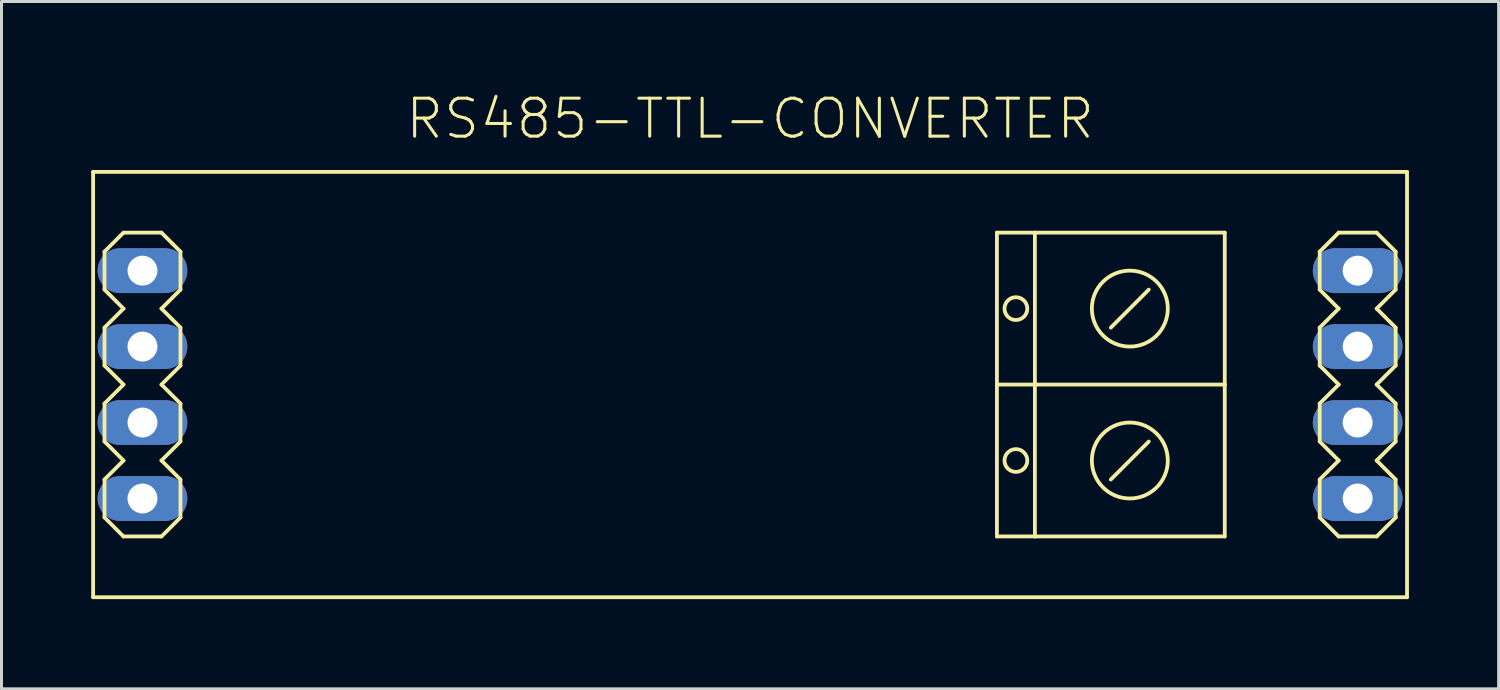
<source format=kicad_pcb>
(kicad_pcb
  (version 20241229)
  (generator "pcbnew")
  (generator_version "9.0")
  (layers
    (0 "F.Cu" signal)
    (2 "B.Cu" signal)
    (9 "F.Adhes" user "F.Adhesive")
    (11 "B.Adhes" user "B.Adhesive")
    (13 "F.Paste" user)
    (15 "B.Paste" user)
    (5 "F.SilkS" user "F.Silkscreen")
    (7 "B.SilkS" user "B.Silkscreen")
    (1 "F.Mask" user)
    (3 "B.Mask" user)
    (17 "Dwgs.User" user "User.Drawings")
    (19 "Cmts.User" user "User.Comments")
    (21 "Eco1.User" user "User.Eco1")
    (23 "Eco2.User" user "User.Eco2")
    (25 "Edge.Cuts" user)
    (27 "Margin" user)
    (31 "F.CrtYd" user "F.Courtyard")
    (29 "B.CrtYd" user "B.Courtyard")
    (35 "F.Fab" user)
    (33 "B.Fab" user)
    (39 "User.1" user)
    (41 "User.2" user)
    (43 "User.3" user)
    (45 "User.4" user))
  (footprint "RS485-TTL-CONVERTER"
    (layer "F.Cu")
    (at 22.035 9.811)
    (property "Reference" "RS485-TTL-CONVERTER" (at 0 -8.89 0) (layer "F.SilkS") (effects (font (size 1.27 1.27) (thickness 0.102))))
    (attr exclude_from_pos_files exclude_from_bom)
    (fp_line (start -21.971 -7.112) (end 21.971 -7.112) (stroke (width 0.127) (type solid)) (layer "F.SilkS"))
    (fp_line (start -21.971 7.112) (end -21.971 -7.112) (stroke (width 0.127) (type solid)) (layer "F.SilkS"))
    (fp_line (start -21.59 -4.445) (end -20.955 -5.08) (stroke (width 0.127) (type solid)) (layer "F.SilkS"))
    (fp_line (start -21.59 -3.175) (end -21.59 -4.445) (stroke (width 0.127) (type solid)) (layer "F.SilkS"))
    (fp_line (start -21.59 -1.905) (end -20.955 -2.54) (stroke (width 0.127) (type solid)) (layer "F.SilkS"))
    (fp_line (start -21.59 -0.635) (end -21.59 -1.905) (stroke (width 0.127) (type solid)) (layer "F.SilkS"))
    (fp_line (start -21.59 0.635) (end -20.955 0) (stroke (width 0.127) (type solid)) (layer "F.SilkS"))
    (fp_line (start -21.59 1.905) (end -21.59 0.635) (stroke (width 0.127) (type solid)) (layer "F.SilkS"))
    (fp_line (start -21.59 3.175) (end -20.955 2.54) (stroke (width 0.127) (type solid)) (layer "F.SilkS"))
    (fp_line (start -21.59 4.445) (end -21.59 3.175) (stroke (width 0.127) (type solid)) (layer "F.SilkS"))
    (fp_line (start -20.955 -5.08) (end -19.685 -5.08) (stroke (width 0.127) (type solid)) (layer "F.SilkS"))
    (fp_line (start -20.955 -2.54) (end -21.59 -3.175) (stroke (width 0.127) (type solid)) (layer "F.SilkS"))
    (fp_line (start -20.955 0) (end -21.59 -0.635) (stroke (width 0.127) (type solid)) (layer "F.SilkS"))
    (fp_line (start -20.955 2.54) (end -21.59 1.905) (stroke (width 0.127) (type solid)) (layer "F.SilkS"))
    (fp_line (start -20.955 5.08) (end -21.59 4.445) (stroke (width 0.127) (type solid)) (layer "F.SilkS"))
    (fp_line (start -19.685 -5.08) (end -19.05 -4.445) (stroke (width 0.127) (type solid)) (layer "F.SilkS"))
    (fp_line (start -19.685 -2.54) (end -19.05 -1.905) (stroke (width 0.127) (type solid)) (layer "F.SilkS"))
    (fp_line (start -19.685 0) (end -19.05 0.635) (stroke (width 0.127) (type solid)) (layer "F.SilkS"))
    (fp_line (start -19.685 2.54) (end -19.05 3.175) (stroke (width 0.127) (type solid)) (layer "F.SilkS"))
    (fp_line (start -19.685 5.08) (end -20.955 5.08) (stroke (width 0.127) (type solid)) (layer "F.SilkS"))
    (fp_line (start -19.05 -4.445) (end -19.05 -3.175) (stroke (width 0.127) (type solid)) (layer "F.SilkS"))
    (fp_line (start -19.05 -3.175) (end -19.685 -2.54) (stroke (width 0.127) (type solid)) (layer "F.SilkS"))
    (fp_line (start -19.05 -1.905) (end -19.05 -0.635) (stroke (width 0.127) (type solid)) (layer "F.SilkS"))
    (fp_line (start -19.05 -0.635) (end -19.685 0) (stroke (width 0.127) (type solid)) (layer "F.SilkS"))
    (fp_line (start -19.05 0.635) (end -19.05 1.905) (stroke (width 0.127) (type solid)) (layer "F.SilkS"))
    (fp_line (start -19.05 1.905) (end -19.685 2.54) (stroke (width 0.127) (type solid)) (layer "F.SilkS"))
    (fp_line (start -19.05 3.175) (end -19.05 4.445) (stroke (width 0.127) (type solid)) (layer "F.SilkS"))
    (fp_line (start -19.05 4.445) (end -19.685 5.08) (stroke (width 0.127) (type solid)) (layer "F.SilkS"))
    (fp_line (start 8.255 -5.08) (end 9.525 -5.08) (stroke (width 0.127) (type solid)) (layer "F.SilkS"))
    (fp_line (start 8.255 0) (end 8.255 -5.08) (stroke (width 0.127) (type solid)) (layer "F.SilkS"))
    (fp_line (start 8.255 0) (end 15.875 0) (stroke (width 0.127) (type solid)) (layer "F.SilkS"))
    (fp_line (start 8.255 5.08) (end 8.255 0) (stroke (width 0.127) (type solid)) (layer "F.SilkS"))
    (fp_line (start 9.525 -5.08) (end 15.875 -5.08) (stroke (width 0.127) (type solid)) (layer "F.SilkS"))
    (fp_line (start 9.525 5.08) (end 8.255 5.08) (stroke (width 0.127) (type solid)) (layer "F.SilkS"))
    (fp_line (start 9.525 5.08) (end 9.525 -5.08) (stroke (width 0.127) (type solid)) (layer "F.SilkS"))
    (fp_line (start 12.065 -1.905) (end 13.335 -3.175) (stroke (width 0.127) (type solid)) (layer "F.SilkS"))
    (fp_line (start 12.065 3.175) (end 13.335 1.905) (stroke (width 0.127) (type solid)) (layer "F.SilkS"))
    (fp_line (start 15.875 -5.08) (end 15.875 0) (stroke (width 0.127) (type solid)) (layer "F.SilkS"))
    (fp_line (start 15.875 0) (end 15.875 5.08) (stroke (width 0.127) (type solid)) (layer "F.SilkS"))
    (fp_line (start 15.875 5.08) (end 9.525 5.08) (stroke (width 0.127) (type solid)) (layer "F.SilkS"))
    (fp_line (start 19.05 -4.445) (end 19.685 -5.08) (stroke (width 0.127) (type solid)) (layer "F.SilkS"))
    (fp_line (start 19.05 -3.175) (end 19.05 -4.445) (stroke (width 0.127) (type solid)) (layer "F.SilkS"))
    (fp_line (start 19.05 -1.905) (end 19.685 -2.54) (stroke (width 0.127) (type solid)) (layer "F.SilkS"))
    (fp_line (start 19.05 -0.635) (end 19.05 -1.905) (stroke (width 0.127) (type solid)) (layer "F.SilkS"))
    (fp_line (start 19.05 0.635) (end 19.685 0) (stroke (width 0.127) (type solid)) (layer "F.SilkS"))
    (fp_line (start 19.05 1.905) (end 19.05 0.635) (stroke (width 0.127) (type solid)) (layer "F.SilkS"))
    (fp_line (start 19.05 3.175) (end 19.685 2.54) (stroke (width 0.127) (type solid)) (layer "F.SilkS"))
    (fp_line (start 19.05 4.445) (end 19.05 3.175) (stroke (width 0.127) (type solid)) (layer "F.SilkS"))
    (fp_line (start 19.685 -5.08) (end 20.955 -5.08) (stroke (width 0.127) (type solid)) (layer "F.SilkS"))
    (fp_line (start 19.685 -2.54) (end 19.05 -3.175) (stroke (width 0.127) (type solid)) (layer "F.SilkS"))
    (fp_line (start 19.685 0) (end 19.05 -0.635) (stroke (width 0.127) (type solid)) (layer "F.SilkS"))
    (fp_line (start 19.685 2.54) (end 19.05 1.905) (stroke (width 0.127) (type solid)) (layer "F.SilkS"))
    (fp_line (start 19.685 5.08) (end 19.05 4.445) (stroke (width 0.127) (type solid)) (layer "F.SilkS"))
    (fp_line (start 20.955 -5.08) (end 21.59 -4.445) (stroke (width 0.127) (type solid)) (layer "F.SilkS"))
    (fp_line (start 20.955 -2.54) (end 21.59 -1.905) (stroke (width 0.127) (type solid)) (layer "F.SilkS"))
    (fp_line (start 20.955 0) (end 21.59 0.635) (stroke (width 0.127) (type solid)) (layer "F.SilkS"))
    (fp_line (start 20.955 2.54) (end 21.59 3.175) (stroke (width 0.127) (type solid)) (layer "F.SilkS"))
    (fp_line (start 20.955 5.08) (end 19.685 5.08) (stroke (width 0.127) (type solid)) (layer "F.SilkS"))
    (fp_line (start 21.59 -4.445) (end 21.59 -3.175) (stroke (width 0.127) (type solid)) (layer "F.SilkS"))
    (fp_line (start 21.59 -3.175) (end 20.955 -2.54) (stroke (width 0.127) (type solid)) (layer "F.SilkS"))
    (fp_line (start 21.59 -1.905) (end 21.59 -0.635) (stroke (width 0.127) (type solid)) (layer "F.SilkS"))
    (fp_line (start 21.59 -0.635) (end 20.955 0) (stroke (width 0.127) (type solid)) (layer "F.SilkS"))
    (fp_line (start 21.59 0.635) (end 21.59 1.905) (stroke (width 0.127) (type solid)) (layer "F.SilkS"))
    (fp_line (start 21.59 1.905) (end 20.955 2.54) (stroke (width 0.127) (type solid)) (layer "F.SilkS"))
    (fp_line (start 21.59 3.175) (end 21.59 4.445) (stroke (width 0.127) (type solid)) (layer "F.SilkS"))
    (fp_line (start 21.59 4.445) (end 20.955 5.08) (stroke (width 0.127) (type solid)) (layer "F.SilkS"))
    (fp_line (start 21.971 -7.112) (end 21.971 7.112) (stroke (width 0.127) (type solid)) (layer "F.SilkS"))
    (fp_line (start 21.971 7.112) (end -21.971 7.112) (stroke (width 0.127) (type solid)) (layer "F.SilkS"))
    (fp_circle (center 8.89 -2.54) (end 8.89 -2.921) (stroke (width 0.127) (type solid)) (fill no) (layer "F.SilkS"))
    (fp_circle (center 8.89 2.54) (end 8.89 2.159) (stroke (width 0.127) (type solid)) (fill no) (layer "F.SilkS"))
    (fp_circle (center 12.7 -2.54) (end 12.7 -3.81) (stroke (width 0.127) (type solid)) (fill no) (layer "F.SilkS"))
    (fp_circle (center 12.7 2.54) (end 12.7 1.27) (stroke (width 0.127) (type solid)) (fill no) (layer "F.SilkS"))
    (pad "J1.1" thru_hole oval (at -20.32 3.81) (size 3 1.5) (drill 1) (layers "*.Cu" "*.Mask"))
    (pad "J1.2" thru_hole oval (at -20.32 1.27) (size 3 1.5) (drill 1) (layers "*.Cu" "*.Mask"))
    (pad "J1.3" thru_hole oval (at -20.32 -1.27) (size 3 1.5) (drill 1) (layers "*.Cu" "*.Mask"))
    (pad "J1.4" thru_hole oval (at -20.32 -3.81) (size 3 1.5) (drill 1) (layers "*.Cu" "*.Mask"))
    (pad "J2.1" thru_hole oval (at 20.32 -3.81) (size 3 1.5) (drill 1) (layers "*.Cu" "*.Mask"))
    (pad "J2.2" thru_hole oval (at 20.32 -1.27) (size 3 1.5) (drill 1) (layers "*.Cu" "*.Mask"))
    (pad "J2.3" thru_hole oval (at 20.32 1.27) (size 3 1.5) (drill 1) (layers "*.Cu" "*.Mask"))
    (pad "J2.4" thru_hole oval (at 20.32 3.81) (size 3 1.5) (drill 1) (layers "*.Cu" "*.Mask")))
  (gr_rect
    (start -3 -3)
    (end 47.069 19.987)
    (stroke (width 0.1) (type default))
    (fill no)
    (layer "Edge.Cuts")))
</source>
